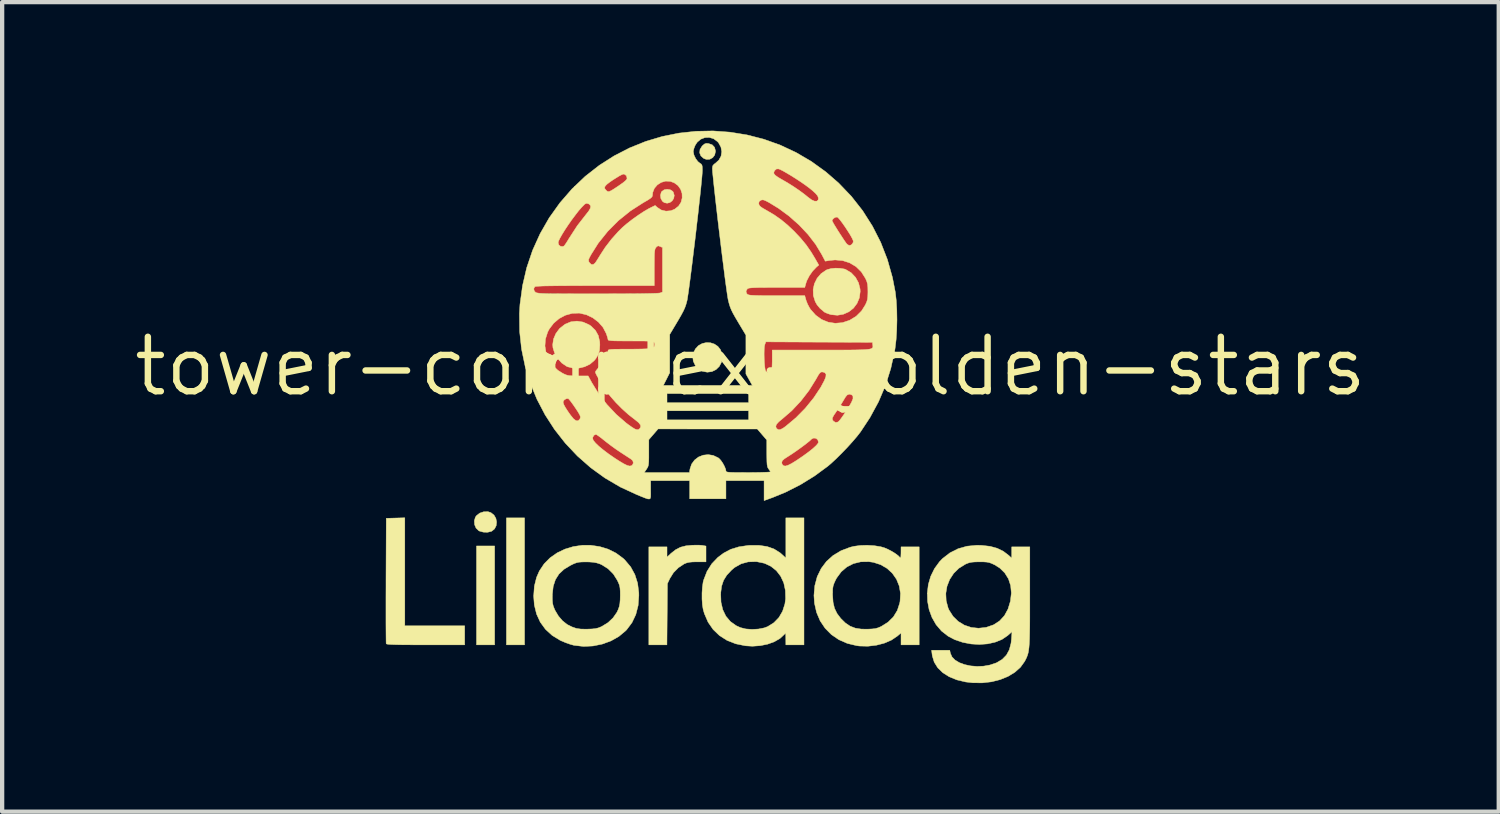
<source format=kicad_pcb>
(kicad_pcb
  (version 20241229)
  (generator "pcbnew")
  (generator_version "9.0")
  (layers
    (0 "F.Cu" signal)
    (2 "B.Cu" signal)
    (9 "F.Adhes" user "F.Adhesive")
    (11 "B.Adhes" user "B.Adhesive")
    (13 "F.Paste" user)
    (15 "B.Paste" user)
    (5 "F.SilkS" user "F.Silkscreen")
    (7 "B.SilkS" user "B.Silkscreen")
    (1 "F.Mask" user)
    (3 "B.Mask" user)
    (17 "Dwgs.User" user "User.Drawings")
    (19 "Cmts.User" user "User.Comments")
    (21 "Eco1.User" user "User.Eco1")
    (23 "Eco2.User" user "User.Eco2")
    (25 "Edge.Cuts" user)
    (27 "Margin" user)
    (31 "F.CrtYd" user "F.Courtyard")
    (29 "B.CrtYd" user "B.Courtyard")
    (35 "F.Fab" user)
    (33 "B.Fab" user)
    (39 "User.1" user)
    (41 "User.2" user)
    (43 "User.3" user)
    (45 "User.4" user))
  (footprint "tower-complex-golden-stars"
    (layer "F.Cu")
    (at 14.461 5.499)
    (property "Reference" "tower-complex-golden-stars" (at 0 0 0) (layer "F.SilkS") (effects (font (size 1.27 1.27) (thickness 0.15))))
    (attr through_hole)
    (fp_poly (pts (xy -2.928 -4.497) (xy -2.894 -4.471) (xy -2.891 -4.468) (xy -2.863 -4.425) (xy -2.861 -4.383) (xy -2.887 -4.337) (xy -2.945 -4.281) (xy -3.037 -4.212) (xy -3.059 -4.197) (xy -3.174 -4.123) (xy -3.264 -4.078) (xy -3.331 -4.062) (xy -3.379 -4.075) (xy -3.411 -4.114) (xy -3.411 -4.116) (xy -3.422 -4.16) (xy -3.409 -4.204) (xy -3.37 -4.253) (xy -3.301 -4.312) (xy -3.197 -4.385) (xy -3.189 -4.39) (xy -3.091 -4.453) (xy -3.02 -4.49) (xy -2.967 -4.504) (xy -2.928 -4.497)) (stroke (width 0.01) (type solid)) (fill yes) (layer "F.Cu"))
    (fp_poly (pts (xy 2.028 -3.501) (xy 2.072 -3.472) (xy 2.123 -3.419) (xy 2.185 -3.336) (xy 2.261 -3.221) (xy 2.316 -3.133) (xy 2.38 -3.015) (xy 2.411 -2.923) (xy 2.408 -2.857) (xy 2.372 -2.816) (xy 2.372 -2.816) (xy 2.311 -2.796) (xy 2.262 -2.812) (xy 2.224 -2.852) (xy 2.195 -2.892) (xy 2.15 -2.959) (xy 2.093 -3.042) (xy 2.033 -3.135) (xy 2.03 -3.139) (xy 1.959 -3.251) (xy 1.914 -3.335) (xy 1.893 -3.396) (xy 1.895 -3.441) (xy 1.919 -3.473) (xy 1.948 -3.493) (xy 1.988 -3.506) (xy 2.028 -3.501)) (stroke (width 0.01) (type solid)) (fill yes) (layer "F.Cu"))
    (fp_poly (pts (xy -4.247 0.735) (xy -4.236 0.74) (xy -4.208 0.766) (xy -4.166 0.819) (xy -4.115 0.889) (xy -4.061 0.968) (xy -4.01 1.047) (xy -3.969 1.117) (xy -3.943 1.168) (xy -3.937 1.188) (xy -3.955 1.233) (xy -3.999 1.272) (xy -4.052 1.291) (xy -4.059 1.291) (xy -4.11 1.277) (xy -4.137 1.257) (xy -4.172 1.215) (xy -4.221 1.149) (xy -4.274 1.071) (xy -4.324 0.992) (xy -4.363 0.926) (xy -4.369 0.914) (xy -4.39 0.855) (xy -4.392 0.805) (xy -4.391 0.802) (xy -4.358 0.758) (xy -4.303 0.734) (xy -4.247 0.735)) (stroke (width 0.01) (type solid)) (fill yes) (layer "F.Cu"))
    (fp_poly (pts (xy 2.341 0.633) (xy 2.362 0.645) (xy 2.404 0.695) (xy 2.41 0.765) (xy 2.378 0.853) (xy 2.378 0.853) (xy 2.345 0.912) (xy 2.296 0.99) (xy 2.238 1.078) (xy 2.18 1.163) (xy 2.129 1.235) (xy 2.091 1.283) (xy 2.089 1.286) (xy 2.031 1.326) (xy 1.97 1.328) (xy 1.919 1.295) (xy 1.893 1.256) (xy 1.888 1.214) (xy 1.907 1.16) (xy 1.952 1.087) (xy 1.976 1.052) (xy 2.036 0.962) (xy 2.101 0.862) (xy 2.147 0.788) (xy 2.205 0.699) (xy 2.253 0.646) (xy 2.297 0.625) (xy 2.341 0.633)) (stroke (width 0.01) (type solid)) (fill yes) (layer "F.Cu"))
    (fp_poly (pts (xy 0.671 -4.618) (xy 0.761 -4.581) (xy 0.82 -4.551) (xy 1.021 -4.434) (xy 1.224 -4.3) (xy 1.412 -4.162) (xy 1.466 -4.118) (xy 1.539 -4.055) (xy 1.583 -4.008) (xy 1.604 -3.97) (xy 1.609 -3.941) (xy 1.596 -3.871) (xy 1.56 -3.836) (xy 1.502 -3.833) (xy 1.423 -3.864) (xy 1.327 -3.929) (xy 1.299 -3.951) (xy 1.156 -4.061) (xy 0.997 -4.172) (xy 0.836 -4.273) (xy 0.69 -4.355) (xy 0.683 -4.358) (xy 0.59 -4.412) (xy 0.535 -4.462) (xy 0.515 -4.512) (xy 0.526 -4.564) (xy 0.558 -4.609) (xy 0.605 -4.627) (xy 0.671 -4.618)) (stroke (width 0.01) (type solid)) (fill yes) (layer "F.Cu"))
    (fp_poly (pts (xy 1.592 1.685) (xy 1.608 1.749) (xy 1.609 1.76) (xy 1.59 1.809) (xy 1.535 1.875) (xy 1.446 1.957) (xy 1.325 2.051) (xy 1.173 2.158) (xy 1.102 2.205) (xy 0.983 2.279) (xy 0.891 2.326) (xy 0.823 2.348) (xy 0.776 2.345) (xy 0.747 2.323) (xy 0.72 2.281) (xy 0.713 2.242) (xy 0.727 2.202) (xy 0.767 2.156) (xy 0.835 2.101) (xy 0.936 2.032) (xy 1.008 1.985) (xy 1.104 1.92) (xy 1.204 1.849) (xy 1.291 1.783) (xy 1.322 1.758) (xy 1.415 1.69) (xy 1.493 1.656) (xy 1.553 1.654) (xy 1.592 1.685)) (stroke (width 0.01) (type solid)) (fill yes) (layer "F.Cu"))
    (fp_poly (pts (xy -3.537 1.591) (xy -3.527 1.599) (xy -3.391 1.709) (xy -3.281 1.797) (xy -3.189 1.867) (xy -3.109 1.925) (xy -3.035 1.976) (xy -2.958 2.026) (xy -2.933 2.041) (xy -2.83 2.108) (xy -2.761 2.162) (xy -2.724 2.207) (xy -2.712 2.25) (xy -2.724 2.294) (xy -2.729 2.305) (xy -2.771 2.342) (xy -2.837 2.346) (xy -2.928 2.316) (xy -3.027 2.262) (xy -3.326 2.06) (xy -3.568 1.87) (xy -3.636 1.811) (xy -3.676 1.77) (xy -3.696 1.736) (xy -3.701 1.702) (xy -3.7 1.676) (xy -3.688 1.619) (xy -3.659 1.589) (xy -3.635 1.578) (xy -3.583 1.57) (xy -3.537 1.591)) (stroke (width 0.01) (type solid)) (fill yes) (layer "F.Cu"))
    (fp_poly (pts (xy -3.779 -3.821) (xy -3.735 -3.788) (xy -3.711 -3.736) (xy -3.709 -3.677) (xy -3.736 -3.621) (xy -3.749 -3.607) (xy -3.801 -3.553) (xy -3.869 -3.471) (xy -3.947 -3.369) (xy -4.029 -3.256) (xy -4.11 -3.14) (xy -4.182 -3.028) (xy -4.198 -3.001) (xy -4.256 -2.907) (xy -4.299 -2.844) (xy -4.331 -2.806) (xy -4.36 -2.786) (xy -4.389 -2.778) (xy -4.393 -2.777) (xy -4.447 -2.781) (xy -4.482 -2.797) (xy -4.503 -2.838) (xy -4.508 -2.878) (xy -4.496 -2.932) (xy -4.46 -3.01) (xy -4.406 -3.108) (xy -4.338 -3.218) (xy -4.26 -3.335) (xy -4.177 -3.451) (xy -4.093 -3.562) (xy -4.012 -3.661) (xy -3.94 -3.742) (xy -3.88 -3.798) (xy -3.836 -3.824) (xy -3.779 -3.821)) (stroke (width 0.01) (type solid)) (fill yes) (layer "F.Cu"))
    (fp_poly (pts (xy 1.749 0.134) (xy 1.769 0.158) (xy 1.786 0.189) (xy 1.79 0.219) (xy 1.778 0.26) (xy 1.75 0.326) (xy 1.747 0.332) (xy 1.657 0.501) (xy 1.538 0.682) (xy 1.398 0.867) (xy 1.243 1.046) (xy 1.081 1.212) (xy 0.92 1.355) (xy 0.881 1.385) (xy 0.781 1.455) (xy 0.703 1.494) (xy 0.644 1.502) (xy 0.6 1.48) (xy 0.597 1.477) (xy 0.577 1.435) (xy 0.573 1.376) (xy 0.585 1.327) (xy 0.588 1.323) (xy 0.613 1.298) (xy 0.659 1.26) (xy 0.683 1.242) (xy 0.907 1.056) (xy 1.116 0.842) (xy 1.303 0.612) (xy 1.46 0.373) (xy 1.52 0.262) (xy 1.558 0.194) (xy 1.594 0.143) (xy 1.62 0.119) (xy 1.693 0.107) (xy 1.749 0.134)) (stroke (width 0.01) (type solid)) (fill yes) (layer "F.Cu"))
    (fp_poly (pts (xy 1.754 -0.595) (xy 1.951 -0.594) (xy 2.14 -0.592) (xy 2.317 -0.59) (xy 2.476 -0.587) (xy 2.613 -0.584) (xy 2.723 -0.58) (xy 2.803 -0.575) (xy 2.846 -0.57) (xy 2.853 -0.567) (xy 2.877 -0.517) (xy 2.873 -0.456) (xy 2.844 -0.404) (xy 2.832 -0.393) (xy 2.817 -0.385) (xy 2.794 -0.379) (xy 2.758 -0.374) (xy 2.707 -0.37) (xy 2.638 -0.367) (xy 2.545 -0.364) (xy 2.427 -0.362) (xy 2.281 -0.361) (xy 2.101 -0.36) (xy 1.886 -0.36) (xy 1.657 -0.36) (xy 0.529 -0.36) (xy 0.529 -0.129) (xy 0.528 -0.019) (xy 0.523 0.056) (xy 0.514 0.103) (xy 0.5 0.132) (xy 0.496 0.136) (xy 0.439 0.166) (xy 0.373 0.156) (xy 0.355 0.146) (xy 0.34 0.134) (xy 0.33 0.112) (xy 0.324 0.073) (xy 0.32 0.011) (xy 0.318 -0.08) (xy 0.318 -0.208) (xy 0.318 -0.208) (xy 0.319 -0.355) (xy 0.323 -0.462) (xy 0.331 -0.531) (xy 0.341 -0.565) (xy 0.343 -0.567) (xy 0.369 -0.573) (xy 0.433 -0.578) (xy 0.531 -0.582) (xy 0.656 -0.586) (xy 0.806 -0.589) (xy 0.975 -0.591) (xy 1.159 -0.593) (xy 1.353 -0.594) (xy 1.553 -0.595) (xy 1.754 -0.595)) (stroke (width 0.01) (type solid)) (fill yes) (layer "F.Cu"))
    (fp_poly (pts (xy -2.092 -2.818) (xy -2.073 -2.804) (xy -2.06 -2.79) (xy -2.05 -2.771) (xy -2.043 -2.741) (xy -2.038 -2.696) (xy -2.035 -2.629) (xy -2.033 -2.536) (xy -2.032 -2.412) (xy -2.032 -2.255) (xy -2.033 -2.078) (xy -2.035 -1.939) (xy -2.039 -1.837) (xy -2.044 -1.768) (xy -2.052 -1.729) (xy -2.057 -1.719) (xy -2.083 -1.714) (xy -2.147 -1.709) (xy -2.245 -1.705) (xy -2.373 -1.701) (xy -2.527 -1.698) (xy -2.701 -1.696) (xy -2.893 -1.694) (xy -3.098 -1.692) (xy -3.312 -1.692) (xy -3.531 -1.691) (xy -3.75 -1.691) (xy -3.965 -1.692) (xy -4.173 -1.693) (xy -4.368 -1.695) (xy -4.547 -1.698) (xy -4.706 -1.701) (xy -4.84 -1.704) (xy -4.945 -1.708) (xy -5.017 -1.712) (xy -5.052 -1.718) (xy -5.055 -1.719) (xy -5.078 -1.77) (xy -5.07 -1.836) (xy -5.058 -1.864) (xy -5.053 -1.872) (xy -5.044 -1.879) (xy -5.028 -1.885) (xy -5.002 -1.89) (xy -4.964 -1.894) (xy -4.91 -1.897) (xy -4.837 -1.9) (xy -4.742 -1.902) (xy -4.621 -1.903) (xy -4.473 -1.904) (xy -4.294 -1.905) (xy -4.08 -1.905) (xy -3.829 -1.905) (xy -3.651 -1.905) (xy -2.265 -1.905) (xy -2.265 -2.306) (xy -2.264 -2.435) (xy -2.261 -2.553) (xy -2.256 -2.652) (xy -2.251 -2.724) (xy -2.244 -2.76) (xy -2.206 -2.81) (xy -2.151 -2.831) (xy -2.092 -2.818)) (stroke (width 0.01) (type solid)) (fill yes) (layer "F.Cu"))
    (fp_poly (pts (xy -1.926 -4.335) (xy -1.8 -4.315) (xy -1.705 -4.269) (xy -1.635 -4.193) (xy -1.607 -4.14) (xy -1.57 -4.015) (xy -1.575 -3.895) (xy -1.619 -3.784) (xy -1.7 -3.689) (xy -1.802 -3.626) (xy -1.917 -3.6) (xy -2.035 -3.613) (xy -2.151 -3.665) (xy -2.158 -3.669) (xy -2.236 -3.721) (xy -2.385 -3.643) (xy -2.627 -3.495) (xy -2.866 -3.311) (xy -3.087 -3.101) (xy -3.163 -3.021) (xy -3.228 -2.947) (xy -3.289 -2.873) (xy -3.35 -2.789) (xy -3.418 -2.69) (xy -3.498 -2.567) (xy -3.563 -2.466) (xy -3.621 -2.391) (xy -3.675 -2.356) (xy -3.727 -2.361) (xy -3.766 -2.391) (xy -3.798 -2.431) (xy -3.81 -2.461) (xy -3.799 -2.495) (xy -3.769 -2.555) (xy -3.726 -2.635) (xy -3.673 -2.725) (xy -3.615 -2.818) (xy -3.558 -2.906) (xy -3.53 -2.946) (xy -3.383 -3.13) (xy -3.211 -3.314) (xy -3.02 -3.488) (xy -2.82 -3.647) (xy -2.62 -3.783) (xy -2.427 -3.889) (xy -2.397 -3.903) (xy -2.341 -3.931) (xy -2.323 -3.951) (xy -2.084 -3.951) (xy -2.081 -3.943) (xy -2.04 -3.875) (xy -1.98 -3.838) (xy -1.913 -3.834) (xy -1.848 -3.867) (xy -1.84 -3.875) (xy -1.806 -3.936) (xy -1.807 -4.004) (xy -1.841 -4.068) (xy -1.867 -4.091) (xy -1.913 -4.119) (xy -1.953 -4.119) (xy -1.986 -4.108) (xy -2.043 -4.068) (xy -2.079 -4.011) (xy -2.084 -3.951) (xy -2.323 -3.951) (xy -2.315 -3.959) (xy -2.307 -4.001) (xy -2.307 -4.022) (xy -2.287 -4.115) (xy -2.232 -4.206) (xy -2.149 -4.285) (xy -2.137 -4.293) (xy -2.089 -4.321) (xy -2.039 -4.335) (xy -1.972 -4.337) (xy -1.926 -4.335)) (stroke (width 0.01) (type solid)) (fill yes) (layer "F.Cu"))
    (fp_poly (pts (xy -3.862 -1.239) (xy -3.7 -1.176) (xy -3.553 -1.079) (xy -3.542 -1.07) (xy -3.475 -0.998) (xy -3.409 -0.9) (xy -3.352 -0.794) (xy -3.316 -0.697) (xy -3.313 -0.683) (xy -3.299 -0.614) (xy -2.266 -0.614) (xy -2.233 -0.564) (xy -2.214 -0.505) (xy -2.225 -0.445) (xy -2.262 -0.401) (xy -2.276 -0.394) (xy -2.306 -0.391) (xy -2.372 -0.387) (xy -2.468 -0.384) (xy -2.587 -0.382) (xy -2.723 -0.381) (xy -2.806 -0.381) (xy -2.968 -0.38) (xy -3.102 -0.378) (xy -3.204 -0.374) (xy -3.272 -0.369) (xy -3.301 -0.362) (xy -3.302 -0.361) (xy -3.315 -0.299) (xy -3.348 -0.218) (xy -3.396 -0.128) (xy -3.452 -0.044) (xy -3.495 0.009) (xy -3.6 0.125) (xy -3.543 0.237) (xy -3.419 0.454) (xy -3.267 0.662) (xy -3.085 0.866) (xy -2.869 1.07) (xy -2.617 1.276) (xy -2.562 1.329) (xy -2.541 1.38) (xy -2.54 1.394) (xy -2.553 1.462) (xy -2.59 1.497) (xy -2.651 1.498) (xy -2.733 1.466) (xy -2.837 1.4) (xy -2.843 1.396) (xy -3.08 1.2) (xy -3.304 0.974) (xy -3.507 0.728) (xy -3.68 0.472) (xy -3.712 0.416) (xy -3.809 0.246) (xy -4.037 0.245) (xy -4.18 0.239) (xy -4.293 0.221) (xy -4.388 0.187) (xy -4.477 0.131) (xy -4.572 0.05) (xy -4.58 0.043) (xy -4.694 -0.088) (xy -4.768 -0.229) (xy -4.806 -0.387) (xy -4.812 -0.497) (xy -4.807 -0.564) (xy -4.585 -0.564) (xy -4.584 -0.451) (xy -4.555 -0.33) (xy -4.503 -0.218) (xy -4.467 -0.166) (xy -4.369 -0.078) (xy -4.248 -0.016) (xy -4.114 0.017) (xy -3.979 0.019) (xy -3.858 -0.011) (xy -3.736 -0.079) (xy -3.642 -0.173) (xy -3.589 -0.256) (xy -3.538 -0.39) (xy -3.525 -0.525) (xy -3.548 -0.656) (xy -3.602 -0.776) (xy -3.685 -0.88) (xy -3.794 -0.962) (xy -3.925 -1.015) (xy -4.014 -1.031) (xy -4.149 -1.025) (xy -4.278 -0.982) (xy -4.392 -0.907) (xy -4.486 -0.807) (xy -4.554 -0.685) (xy -4.585 -0.564) (xy -4.807 -0.564) (xy -4.799 -0.666) (xy -4.756 -0.81) (xy -4.681 -0.938) (xy -4.606 -1.025) (xy -4.496 -1.124) (xy -4.383 -1.192) (xy -4.254 -1.238) (xy -4.196 -1.251) (xy -4.03 -1.265) (xy -3.862 -1.239)) (stroke (width 0.01) (type solid)) (fill yes) (layer "F.Cu"))
    (fp_poly (pts (xy 0.303 -3.907) (xy 0.359 -3.883) (xy 0.428 -3.85) (xy 0.429 -3.85) (xy 0.674 -3.707) (xy 0.915 -3.528) (xy 1.145 -3.322) (xy 1.357 -3.094) (xy 1.544 -2.852) (xy 1.683 -2.629) (xy 1.725 -2.554) (xy 1.755 -2.51) (xy 1.779 -2.49) (xy 1.805 -2.486) (xy 1.831 -2.491) (xy 1.886 -2.498) (xy 1.965 -2.502) (xy 2.032 -2.503) (xy 2.207 -2.481) (xy 2.366 -2.421) (xy 2.506 -2.325) (xy 2.623 -2.196) (xy 2.693 -2.079) (xy 2.727 -2.005) (xy 2.748 -1.944) (xy 2.758 -1.881) (xy 2.762 -1.799) (xy 2.762 -1.746) (xy 2.761 -1.649) (xy 2.754 -1.578) (xy 2.739 -1.518) (xy 2.712 -1.453) (xy 2.693 -1.414) (xy 2.597 -1.264) (xy 2.474 -1.144) (xy 2.329 -1.055) (xy 2.167 -1.001) (xy 1.995 -0.985) (xy 1.881 -0.995) (xy 1.714 -1.044) (xy 1.564 -1.129) (xy 1.438 -1.244) (xy 1.34 -1.387) (xy 1.281 -1.53) (xy 1.255 -1.619) (xy 0.596 -1.625) (xy -0.063 -1.63) (xy -0.099 -1.685) (xy -0.122 -1.729) (xy -0.121 -1.746) (xy 1.493 -1.746) (xy 1.498 -1.629) (xy 1.518 -1.539) (xy 1.557 -1.464) (xy 1.621 -1.388) (xy 1.631 -1.377) (xy 1.749 -1.287) (xy 1.88 -1.233) (xy 2.019 -1.215) (xy 2.157 -1.235) (xy 2.243 -1.269) (xy 2.308 -1.311) (xy 2.375 -1.365) (xy 2.389 -1.379) (xy 2.457 -1.455) (xy 2.499 -1.527) (xy 2.521 -1.609) (xy 2.529 -1.715) (xy 2.529 -1.746) (xy 2.524 -1.86) (xy 2.506 -1.946) (xy 2.469 -2.019) (xy 2.409 -2.093) (xy 2.389 -2.113) (xy 2.28 -2.203) (xy 2.162 -2.254) (xy 2.024 -2.272) (xy 2.011 -2.272) (xy 1.868 -2.256) (xy 1.744 -2.205) (xy 1.632 -2.115) (xy 1.564 -2.039) (xy 1.522 -1.964) (xy 1.5 -1.877) (xy 1.493 -1.765) (xy 1.493 -1.746) (xy -0.121 -1.746) (xy -0.119 -1.765) (xy -0.104 -1.796) (xy -0.072 -1.852) (xy 0.591 -1.863) (xy 1.255 -1.873) (xy 1.28 -1.958) (xy 1.333 -2.093) (xy 1.409 -2.212) (xy 1.466 -2.279) (xy 1.552 -2.372) (xy 1.515 -2.451) (xy 1.413 -2.632) (xy 1.279 -2.821) (xy 1.12 -3.01) (xy 0.942 -3.191) (xy 0.752 -3.358) (xy 0.558 -3.504) (xy 0.391 -3.608) (xy 0.294 -3.663) (xy 0.229 -3.705) (xy 0.191 -3.74) (xy 0.173 -3.772) (xy 0.169 -3.799) (xy 0.185 -3.849) (xy 0.222 -3.893) (xy 0.266 -3.915) (xy 0.272 -3.916) (xy 0.303 -3.907)) (stroke (width 0.01) (type solid)) (fill yes) (layer "F.Cu"))
    (fp_poly (pts (xy -2.916 -4.49) (xy -2.877 -4.446) (xy -2.86 -4.391) (xy -2.861 -4.38) (xy -2.882 -4.347) (xy -2.93 -4.3) (xy -2.999 -4.245) (xy -3.077 -4.188) (xy -3.158 -4.136) (xy -3.232 -4.094) (xy -3.289 -4.069) (xy -3.313 -4.064) (xy -3.368 -4.083) (xy -3.398 -4.115) (xy -3.42 -4.163) (xy -3.411 -4.206) (xy -3.408 -4.212) (xy -3.38 -4.243) (xy -3.325 -4.288) (xy -3.253 -4.341) (xy -3.173 -4.395) (xy -3.094 -4.445) (xy -3.026 -4.484) (xy -2.978 -4.506) (xy -2.964 -4.508) (xy -2.916 -4.49)) (stroke (width 0.01) (type solid)) (fill yes) (layer "F.Mask"))
    (fp_poly (pts (xy -4.236 0.751) (xy -4.188 0.798) (xy -4.128 0.875) (xy -4.071 0.957) (xy -4.012 1.047) (xy -3.973 1.109) (xy -3.951 1.151) (xy -3.945 1.181) (xy -3.95 1.205) (xy -3.96 1.225) (xy -4.007 1.274) (xy -4.066 1.286) (xy -4.125 1.26) (xy -4.142 1.245) (xy -4.174 1.205) (xy -4.217 1.144) (xy -4.267 1.071) (xy -4.316 0.995) (xy -4.359 0.926) (xy -4.39 0.873) (xy -4.403 0.844) (xy -4.403 0.843) (xy -4.389 0.816) (xy -4.356 0.777) (xy -4.352 0.773) (xy -4.313 0.742) (xy -4.276 0.734) (xy -4.236 0.751)) (stroke (width 0.01) (type solid)) (fill yes) (layer "F.Mask"))
    (fp_poly (pts (xy 2.044 -3.5) (xy 2.07 -3.477) (xy 2.112 -3.428) (xy 2.161 -3.361) (xy 2.181 -3.332) (xy 2.272 -3.194) (xy 2.339 -3.086) (xy 2.383 -3.002) (xy 2.407 -2.939) (xy 2.41 -2.891) (xy 2.396 -2.856) (xy 2.366 -2.827) (xy 2.319 -2.799) (xy 2.285 -2.802) (xy 2.246 -2.836) (xy 2.241 -2.842) (xy 2.215 -2.875) (xy 2.174 -2.933) (xy 2.122 -3.009) (xy 2.066 -3.093) (xy 2.01 -3.18) (xy 1.959 -3.261) (xy 1.917 -3.328) (xy 1.891 -3.374) (xy 1.884 -3.39) (xy 1.902 -3.445) (xy 1.948 -3.487) (xy 2.007 -3.505) (xy 2.044 -3.5)) (stroke (width 0.01) (type solid)) (fill yes) (layer "F.Mask"))
    (fp_poly (pts (xy 2.374 0.65) (xy 2.388 0.66) (xy 2.409 0.698) (xy 2.407 0.751) (xy 2.382 0.824) (xy 2.332 0.921) (xy 2.286 0.997) (xy 2.194 1.139) (xy 2.118 1.241) (xy 2.057 1.306) (xy 2.01 1.333) (xy 2.002 1.333) (xy 1.963 1.319) (xy 1.926 1.291) (xy 1.895 1.252) (xy 1.884 1.224) (xy 1.895 1.198) (xy 1.925 1.144) (xy 1.969 1.069) (xy 2.024 0.982) (xy 2.035 0.965) (xy 2.094 0.873) (xy 2.147 0.79) (xy 2.189 0.724) (xy 2.214 0.685) (xy 2.215 0.683) (xy 2.259 0.646) (xy 2.319 0.635) (xy 2.374 0.65)) (stroke (width 0.01) (type solid)) (fill yes) (layer "F.Mask"))
    (fp_poly (pts (xy 1.557 1.67) (xy 1.597 1.717) (xy 1.609 1.767) (xy 1.59 1.81) (xy 1.537 1.871) (xy 1.452 1.947) (xy 1.338 2.037) (xy 1.196 2.138) (xy 1.031 2.248) (xy 0.927 2.314) (xy 0.855 2.344) (xy 0.789 2.346) (xy 0.745 2.324) (xy 0.726 2.285) (xy 0.72 2.24) (xy 0.724 2.212) (xy 0.74 2.185) (xy 0.774 2.152) (xy 0.831 2.11) (xy 0.918 2.052) (xy 0.936 2.041) (xy 1.04 1.971) (xy 1.15 1.893) (xy 1.249 1.819) (xy 1.304 1.776) (xy 1.376 1.721) (xy 1.44 1.678) (xy 1.486 1.654) (xy 1.5 1.651) (xy 1.557 1.67)) (stroke (width 0.01) (type solid)) (fill yes) (layer "F.Mask"))
    (fp_poly (pts (xy -3.568 1.584) (xy -3.526 1.609) (xy -3.467 1.654) (xy -3.384 1.721) (xy -3.346 1.753) (xy -3.25 1.828) (xy -3.134 1.913) (xy -3.016 1.993) (xy -2.949 2.035) (xy -2.84 2.105) (xy -2.766 2.161) (xy -2.724 2.207) (xy -2.712 2.248) (xy -2.725 2.286) (xy -2.742 2.308) (xy -2.781 2.338) (xy -2.827 2.346) (xy -2.889 2.329) (xy -2.973 2.287) (xy -3.018 2.261) (xy -3.165 2.167) (xy -3.325 2.055) (xy -3.478 1.938) (xy -3.593 1.843) (xy -3.668 1.766) (xy -3.703 1.701) (xy -3.699 1.645) (xy -3.655 1.599) (xy -3.653 1.597) (xy -3.625 1.581) (xy -3.599 1.576) (xy -3.568 1.584)) (stroke (width 0.01) (type solid)) (fill yes) (layer "F.Mask"))
    (fp_poly (pts (xy 0.641 -4.623) (xy 0.715 -4.597) (xy 0.812 -4.551) (xy 0.926 -4.487) (xy 1.052 -4.411) (xy 1.184 -4.323) (xy 1.317 -4.228) (xy 1.445 -4.129) (xy 1.524 -4.063) (xy 1.573 -4.015) (xy 1.6 -3.978) (xy 1.609 -3.945) (xy 1.609 -3.94) (xy 1.6 -3.887) (xy 1.583 -3.857) (xy 1.543 -3.833) (xy 1.49 -3.837) (xy 1.421 -3.869) (xy 1.331 -3.931) (xy 1.281 -3.971) (xy 1.137 -4.08) (xy 0.974 -4.193) (xy 0.807 -4.297) (xy 0.652 -4.383) (xy 0.642 -4.388) (xy 0.581 -4.425) (xy 0.538 -4.461) (xy 0.524 -4.482) (xy 0.525 -4.546) (xy 0.555 -4.6) (xy 0.594 -4.625) (xy 0.641 -4.623)) (stroke (width 0.01) (type solid)) (fill yes) (layer "F.Mask"))
    (fp_poly (pts (xy -3.791 -3.823) (xy -3.754 -3.8) (xy -3.751 -3.798) (xy -3.714 -3.759) (xy -3.707 -3.71) (xy -3.732 -3.648) (xy -3.79 -3.568) (xy -3.822 -3.531) (xy -3.879 -3.461) (xy -3.951 -3.366) (xy -4.031 -3.253) (xy -4.114 -3.134) (xy -4.191 -3.018) (xy -4.257 -2.914) (xy -4.301 -2.839) (xy -4.348 -2.787) (xy -4.405 -2.772) (xy -4.463 -2.795) (xy -4.475 -2.806) (xy -4.503 -2.852) (xy -4.508 -2.882) (xy -4.496 -2.93) (xy -4.461 -3.004) (xy -4.407 -3.098) (xy -4.34 -3.206) (xy -4.263 -3.32) (xy -4.182 -3.435) (xy -4.099 -3.545) (xy -4.021 -3.643) (xy -3.95 -3.722) (xy -3.908 -3.763) (xy -3.855 -3.807) (xy -3.82 -3.826) (xy -3.791 -3.823)) (stroke (width 0.01) (type solid)) (fill yes) (layer "F.Mask"))
    (fp_poly (pts (xy 1.71 0.114) (xy 1.754 0.142) (xy 1.777 0.197) (xy 1.778 0.216) (xy 1.765 0.272) (xy 1.73 0.354) (xy 1.676 0.457) (xy 1.607 0.574) (xy 1.525 0.698) (xy 1.464 0.783) (xy 1.386 0.883) (xy 1.293 0.989) (xy 1.191 1.096) (xy 1.086 1.2) (xy 0.981 1.295) (xy 0.884 1.378) (xy 0.797 1.444) (xy 0.728 1.487) (xy 0.681 1.502) (xy 0.68 1.502) (xy 0.633 1.491) (xy 0.609 1.48) (xy 0.574 1.439) (xy 0.572 1.384) (xy 0.601 1.324) (xy 0.648 1.276) (xy 0.83 1.128) (xy 0.998 0.973) (xy 1.141 0.823) (xy 1.173 0.786) (xy 1.251 0.687) (xy 1.333 0.574) (xy 1.412 0.458) (xy 1.482 0.347) (xy 1.537 0.252) (xy 1.565 0.193) (xy 1.604 0.138) (xy 1.656 0.112) (xy 1.71 0.114)) (stroke (width 0.01) (type solid)) (fill yes) (layer "F.Mask"))
    (fp_poly (pts (xy 1.754 -0.595) (xy 1.951 -0.594) (xy 2.14 -0.592) (xy 2.317 -0.59) (xy 2.476 -0.587) (xy 2.613 -0.584) (xy 2.723 -0.58) (xy 2.803 -0.575) (xy 2.846 -0.57) (xy 2.853 -0.567) (xy 2.873 -0.528) (xy 2.879 -0.487) (xy 2.869 -0.435) (xy 2.853 -0.406) (xy 2.837 -0.401) (xy 2.797 -0.396) (xy 2.733 -0.391) (xy 2.642 -0.388) (xy 2.521 -0.385) (xy 2.367 -0.383) (xy 2.179 -0.382) (xy 1.954 -0.381) (xy 1.688 -0.381) (xy 0.529 -0.381) (xy 0.529 -0.139) (xy 0.529 -0.034) (xy 0.526 0.038) (xy 0.52 0.083) (xy 0.509 0.111) (xy 0.492 0.129) (xy 0.482 0.136) (xy 0.428 0.165) (xy 0.387 0.16) (xy 0.353 0.131) (xy 0.339 0.109) (xy 0.329 0.075) (xy 0.323 0.022) (xy 0.319 -0.056) (xy 0.318 -0.167) (xy 0.318 -0.225) (xy 0.319 -0.369) (xy 0.324 -0.472) (xy 0.332 -0.538) (xy 0.343 -0.567) (xy 0.369 -0.573) (xy 0.433 -0.578) (xy 0.531 -0.582) (xy 0.656 -0.586) (xy 0.806 -0.589) (xy 0.975 -0.591) (xy 1.159 -0.593) (xy 1.353 -0.594) (xy 1.553 -0.595) (xy 1.754 -0.595)) (stroke (width 0.01) (type solid)) (fill yes) (layer "F.Mask"))
    (fp_poly (pts (xy -2.092 -2.811) (xy -2.083 -2.806) (xy -2.032 -2.772) (xy -2.032 -2.258) (xy -2.033 -2.08) (xy -2.035 -1.941) (xy -2.039 -1.839) (xy -2.044 -1.769) (xy -2.052 -1.73) (xy -2.057 -1.719) (xy -2.073 -1.714) (xy -2.11 -1.709) (xy -2.17 -1.705) (xy -2.257 -1.702) (xy -2.372 -1.699) (xy -2.516 -1.697) (xy -2.694 -1.696) (xy -2.906 -1.694) (xy -3.156 -1.694) (xy -3.444 -1.693) (xy -3.559 -1.693) (xy -3.845 -1.693) (xy -4.092 -1.694) (xy -4.302 -1.694) (xy -4.478 -1.694) (xy -4.624 -1.695) (xy -4.743 -1.697) (xy -4.837 -1.699) (xy -4.909 -1.701) (xy -4.963 -1.704) (xy -5.001 -1.708) (xy -5.027 -1.713) (xy -5.043 -1.719) (xy -5.052 -1.726) (xy -5.058 -1.734) (xy -5.058 -1.734) (xy -5.079 -1.801) (xy -5.06 -1.856) (xy -5.047 -1.872) (xy -5.036 -1.878) (xy -5.018 -1.884) (xy -4.989 -1.889) (xy -4.945 -1.893) (xy -4.884 -1.896) (xy -4.803 -1.899) (xy -4.699 -1.901) (xy -4.568 -1.903) (xy -4.408 -1.904) (xy -4.216 -1.904) (xy -3.988 -1.905) (xy -3.722 -1.905) (xy -3.639 -1.905) (xy -2.265 -1.905) (xy -2.265 -2.295) (xy -2.264 -2.423) (xy -2.261 -2.539) (xy -2.256 -2.636) (xy -2.251 -2.706) (xy -2.245 -2.738) (xy -2.206 -2.799) (xy -2.152 -2.824) (xy -2.092 -2.811)) (stroke (width 0.01) (type solid)) (fill yes) (layer "F.Mask"))
    (fp_poly (pts (xy -1.818 -4.32) (xy -1.718 -4.269) (xy -1.641 -4.191) (xy -1.591 -4.095) (xy -1.571 -3.986) (xy -1.587 -3.873) (xy -1.613 -3.81) (xy -1.683 -3.713) (xy -1.775 -3.644) (xy -1.879 -3.607) (xy -1.988 -3.603) (xy -2.093 -3.633) (xy -2.161 -3.678) (xy -2.228 -3.734) (xy -2.367 -3.661) (xy -2.641 -3.493) (xy -2.901 -3.291) (xy -3.138 -3.058) (xy -3.348 -2.802) (xy -3.492 -2.583) (xy -3.564 -2.469) (xy -3.622 -2.393) (xy -3.665 -2.355) (xy -3.687 -2.352) (xy -3.71 -2.359) (xy -3.728 -2.364) (xy -3.762 -2.388) (xy -3.785 -2.424) (xy -3.795 -2.456) (xy -3.79 -2.493) (xy -3.77 -2.546) (xy -3.733 -2.619) (xy -3.572 -2.882) (xy -3.375 -3.134) (xy -3.147 -3.371) (xy -2.893 -3.587) (xy -2.62 -3.776) (xy -2.431 -3.883) (xy -2.366 -3.919) (xy -2.329 -3.949) (xy -2.324 -3.958) (xy -2.085 -3.958) (xy -2.06 -3.901) (xy -2.015 -3.857) (xy -1.958 -3.832) (xy -1.895 -3.834) (xy -1.838 -3.866) (xy -1.809 -3.915) (xy -1.799 -3.97) (xy -1.817 -4.04) (xy -1.862 -4.09) (xy -1.923 -4.116) (xy -1.989 -4.113) (xy -2.046 -4.078) (xy -2.083 -4.019) (xy -2.085 -3.958) (xy -2.324 -3.958) (xy -2.311 -3.983) (xy -2.302 -4.033) (xy -2.301 -4.036) (xy -2.269 -4.146) (xy -2.204 -4.236) (xy -2.111 -4.301) (xy -1.997 -4.335) (xy -1.936 -4.339) (xy -1.818 -4.32)) (stroke (width 0.01) (type solid)) (fill yes) (layer "F.Mask"))
    (fp_poly (pts (xy -3.98 -1.261) (xy -3.812 -1.221) (xy -3.658 -1.145) (xy -3.523 -1.037) (xy -3.414 -0.903) (xy -3.336 -0.748) (xy -3.322 -0.704) (xy -3.295 -0.614) (xy -2.784 -0.614) (xy -2.616 -0.614) (xy -2.485 -0.612) (xy -2.387 -0.609) (xy -2.317 -0.602) (xy -2.27 -0.592) (xy -2.242 -0.577) (xy -2.228 -0.556) (xy -2.223 -0.529) (xy -2.223 -0.505) (xy -2.225 -0.468) (xy -2.236 -0.44) (xy -2.259 -0.418) (xy -2.3 -0.403) (xy -2.363 -0.392) (xy -2.453 -0.386) (xy -2.574 -0.382) (xy -2.73 -0.381) (xy -2.809 -0.381) (xy -3.301 -0.381) (xy -3.315 -0.323) (xy -3.352 -0.221) (xy -3.412 -0.11) (xy -3.485 -0.004) (xy -3.519 0.035) (xy -3.607 0.131) (xy -3.555 0.229) (xy -3.423 0.45) (xy -3.259 0.672) (xy -3.074 0.884) (xy -2.876 1.075) (xy -2.704 1.215) (xy -2.626 1.274) (xy -2.577 1.317) (xy -2.551 1.351) (xy -2.541 1.383) (xy -2.54 1.397) (xy -2.558 1.458) (xy -2.607 1.495) (xy -2.652 1.503) (xy -2.682 1.491) (xy -2.736 1.46) (xy -2.805 1.416) (xy -2.838 1.393) (xy -3.01 1.258) (xy -3.186 1.092) (xy -3.357 0.905) (xy -3.515 0.708) (xy -3.651 0.509) (xy -3.744 0.345) (xy -3.779 0.276) (xy -3.803 0.239) (xy -3.826 0.226) (xy -3.854 0.229) (xy -3.875 0.236) (xy -3.928 0.246) (xy -4.007 0.251) (xy -4.096 0.25) (xy -4.103 0.249) (xy -4.279 0.219) (xy -4.437 0.151) (xy -4.577 0.045) (xy -4.621 0.000231) (xy -4.72 -0.14) (xy -4.784 -0.294) (xy -4.811 -0.455) (xy -4.808 -0.549) (xy -4.588 -0.549) (xy -4.587 -0.455) (xy -4.553 -0.31) (xy -4.487 -0.186) (xy -4.395 -0.088) (xy -4.281 -0.018) (xy -4.153 0.021) (xy -4.016 0.026) (xy -3.875 -0.006) (xy -3.8 -0.04) (xy -3.684 -0.124) (xy -3.597 -0.233) (xy -3.542 -0.359) (xy -3.522 -0.496) (xy -3.539 -0.636) (xy -3.579 -0.744) (xy -3.634 -0.823) (xy -3.712 -0.901) (xy -3.8 -0.968) (xy -3.884 -1.01) (xy -3.891 -1.012) (xy -4.034 -1.036) (xy -4.172 -1.022) (xy -4.299 -0.976) (xy -4.41 -0.901) (xy -4.498 -0.802) (xy -4.56 -0.683) (xy -4.588 -0.549) (xy -4.808 -0.549) (xy -4.805 -0.618) (xy -4.764 -0.775) (xy -4.69 -0.921) (xy -4.584 -1.049) (xy -4.48 -1.133) (xy -4.345 -1.203) (xy -4.194 -1.248) (xy -4.045 -1.265) (xy -3.98 -1.261)) (stroke (width 0.01) (type solid)) (fill yes) (layer "F.Mask"))
    (fp_poly (pts (xy 0.315 -3.902) (xy 0.368 -3.879) (xy 0.437 -3.843) (xy 0.7 -3.687) (xy 0.954 -3.495) (xy 1.192 -3.273) (xy 1.407 -3.029) (xy 1.594 -2.768) (xy 1.662 -2.655) (xy 1.756 -2.49) (xy 1.994 -2.489) (xy 2.1 -2.487) (xy 2.174 -2.483) (xy 2.23 -2.475) (xy 2.279 -2.459) (xy 2.331 -2.433) (xy 2.367 -2.414) (xy 2.512 -2.315) (xy 2.627 -2.189) (xy 2.706 -2.053) (xy 2.746 -1.933) (xy 2.764 -1.793) (xy 2.761 -1.649) (xy 2.737 -1.516) (xy 2.714 -1.452) (xy 2.621 -1.295) (xy 2.501 -1.168) (xy 2.358 -1.073) (xy 2.198 -1.012) (xy 2.026 -0.989) (xy 1.886 -0.999) (xy 1.763 -1.032) (xy 1.635 -1.092) (xy 1.52 -1.167) (xy 1.446 -1.237) (xy 1.388 -1.313) (xy 1.336 -1.401) (xy 1.295 -1.487) (xy 1.273 -1.559) (xy 1.27 -1.582) (xy 1.27 -1.63) (xy 0.614 -1.63) (xy 0.43 -1.63) (xy 0.283 -1.63) (xy 0.169 -1.632) (xy 0.084 -1.634) (xy 0.022 -1.637) (xy -0.02 -1.642) (xy -0.049 -1.649) (xy -0.068 -1.658) (xy -0.082 -1.67) (xy -0.085 -1.672) (xy -0.116 -1.714) (xy -0.118 -1.721) (xy 1.481 -1.721) (xy 1.504 -1.587) (xy 1.559 -1.463) (xy 1.643 -1.358) (xy 1.752 -1.277) (xy 1.841 -1.239) (xy 1.956 -1.213) (xy 2.059 -1.213) (xy 2.171 -1.238) (xy 2.299 -1.296) (xy 2.401 -1.381) (xy 2.476 -1.488) (xy 2.523 -1.609) (xy 2.54 -1.738) (xy 2.527 -1.868) (xy 2.483 -1.993) (xy 2.406 -2.105) (xy 2.335 -2.169) (xy 2.208 -2.242) (xy 2.073 -2.277) (xy 1.936 -2.275) (xy 1.805 -2.238) (xy 1.686 -2.168) (xy 1.587 -2.066) (xy 1.541 -1.992) (xy 1.492 -1.858) (xy 1.481 -1.721) (xy -0.118 -1.721) (xy -0.127 -1.746) (xy -0.113 -1.784) (xy -0.085 -1.82) (xy -0.071 -1.832) (xy -0.054 -1.842) (xy -0.027 -1.849) (xy 0.012 -1.854) (xy 0.07 -1.858) (xy 0.15 -1.86) (xy 0.257 -1.862) (xy 0.397 -1.862) (xy 0.573 -1.863) (xy 0.614 -1.863) (xy 1.27 -1.863) (xy 1.27 -1.91) (xy 1.284 -1.979) (xy 1.322 -2.066) (xy 1.376 -2.159) (xy 1.441 -2.245) (xy 1.468 -2.276) (xy 1.565 -2.377) (xy 1.478 -2.527) (xy 1.323 -2.766) (xy 1.141 -2.994) (xy 0.938 -3.205) (xy 0.723 -3.393) (xy 0.5 -3.549) (xy 0.339 -3.64) (xy 0.275 -3.675) (xy 0.222 -3.708) (xy 0.206 -3.72) (xy 0.173 -3.773) (xy 0.177 -3.831) (xy 0.217 -3.882) (xy 0.225 -3.888) (xy 0.254 -3.905) (xy 0.28 -3.91) (xy 0.315 -3.902)) (stroke (width 0.01) (type solid)) (fill yes) (layer "F.Mask"))
    (fp_poly (pts (xy -5.969 6.498) (xy -6.392 6.498) (xy -6.392 4.191) (xy -5.969 4.191) (xy -5.969 6.498)) (stroke (width 0.01) (type solid)) (fill yes) (layer "F.SilkS"))
    (fp_poly (pts (xy -5.271 6.498) (xy -5.694 6.498) (xy -5.694 3.535) (xy -5.271 3.535) (xy -5.271 6.498)) (stroke (width 0.01) (type solid)) (fill yes) (layer "F.SilkS"))
    (fp_poly (pts (xy -1.871 -4.121) (xy -1.814 -4.085) (xy -1.799 -4.063) (xy -1.778 -3.989) (xy -1.79 -3.921) (xy -1.826 -3.863) (xy -1.88 -3.823) (xy -1.944 -3.807) (xy -2.01 -3.821) (xy -2.053 -3.852) (xy -2.09 -3.916) (xy -2.1 -3.992) (xy -2.081 -4.063) (xy -2.068 -4.082) (xy -2.012 -4.121) (xy -1.942 -4.133) (xy -1.871 -4.121)) (stroke (width 0.01) (type solid)) (fill yes) (layer "F.SilkS"))
    (fp_poly (pts (xy -0.979 -5.2) (xy -0.892 -5.17) (xy -0.838 -5.113) (xy -0.816 -5.03) (xy -0.816 -5.014) (xy -0.834 -4.932) (xy -0.881 -4.87) (xy -0.949 -4.833) (xy -1.027 -4.829) (xy -1.09 -4.852) (xy -1.156 -4.91) (xy -1.185 -4.982) (xy -1.177 -5.061) (xy -1.13 -5.138) (xy -1.121 -5.148) (xy -1.073 -5.189) (xy -1.031 -5.204) (xy -0.979 -5.2)) (stroke (width 0.01) (type solid)) (fill yes) (layer "F.SilkS"))
    (fp_poly (pts (xy -6.056 3.413) (xy -5.984 3.47) (xy -5.94 3.546) (xy -5.923 3.632) (xy -5.933 3.717) (xy -5.971 3.792) (xy -6.037 3.846) (xy -6.044 3.849) (xy -6.132 3.871) (xy -6.232 3.868) (xy -6.323 3.843) (xy -6.343 3.832) (xy -6.403 3.773) (xy -6.437 3.693) (xy -6.443 3.604) (xy -6.419 3.521) (xy -6.395 3.485) (xy -6.317 3.424) (xy -6.222 3.392) (xy -6.123 3.391) (xy -6.056 3.413)) (stroke (width 0.01) (type solid)) (fill yes) (layer "F.SilkS"))
    (fp_poly (pts (xy -0.934 -0.551) (xy -0.841 -0.521) (xy -0.761 -0.467) (xy -0.699 -0.389) (xy -0.663 -0.288) (xy -0.656 -0.215) (xy -0.675 -0.099) (xy -0.726 -0.000193) (xy -0.803 0.075) (xy -0.899 0.122) (xy -1.007 0.136) (xy -1.111 0.116) (xy -1.211 0.061) (xy -1.287 -0.021) (xy -1.334 -0.121) (xy -1.347 -0.229) (xy -1.335 -0.301) (xy -1.285 -0.407) (xy -1.214 -0.484) (xy -1.126 -0.533) (xy -1.031 -0.555) (xy -0.934 -0.551)) (stroke (width 0.01) (type solid)) (fill yes) (layer "F.SilkS"))
    (fp_poly (pts (xy -8.065 6.054) (xy -6.668 6.054) (xy -6.668 6.498) (xy -7.578 6.498) (xy -7.809 6.498) (xy -8.001 6.497) (xy -8.156 6.496) (xy -8.278 6.493) (xy -8.37 6.49) (xy -8.435 6.486) (xy -8.476 6.481) (xy -8.496 6.475) (xy -8.499 6.472) (xy -8.501 6.447) (xy -8.502 6.383) (xy -8.503 6.283) (xy -8.504 6.152) (xy -8.505 5.993) (xy -8.505 5.809) (xy -8.505 5.603) (xy -8.505 5.38) (xy -8.504 5.142) (xy -8.504 4.995) (xy -8.498 3.545) (xy -8.281 3.539) (xy -8.065 3.533) (xy -8.065 6.054)) (stroke (width 0.01) (type solid)) (fill yes) (layer "F.SilkS"))
    (fp_poly (pts (xy -1.189 4.172) (xy -1.124 4.177) (xy -1.112 4.179) (xy -1.037 4.193) (xy -1.037 4.377) (xy -1.037 4.561) (xy -1.244 4.561) (xy -1.349 4.563) (xy -1.424 4.57) (xy -1.483 4.583) (xy -1.538 4.605) (xy -1.549 4.61) (xy -1.682 4.698) (xy -1.797 4.815) (xy -1.881 4.95) (xy -1.937 5.069) (xy -1.949 6.498) (xy -2.371 6.498) (xy -2.371 4.212) (xy -1.947 4.212) (xy -1.947 4.45) (xy -1.851 4.361) (xy -1.744 4.277) (xy -1.633 4.22) (xy -1.505 4.187) (xy -1.372 4.174) (xy -1.277 4.171) (xy -1.189 4.172)) (stroke (width 0.01) (type solid)) (fill yes) (layer "F.SilkS"))
    (fp_poly (pts (xy -3.906 -1.034) (xy -3.767 -0.972) (xy -3.723 -0.943) (xy -3.619 -0.842) (xy -3.55 -0.719) (xy -3.517 -0.573) (xy -3.514 -0.503) (xy -3.522 -0.378) (xy -3.55 -0.278) (xy -3.603 -0.188) (xy -3.643 -0.138) (xy -3.745 -0.051) (xy -3.87 0.009) (xy -4.006 0.041) (xy -4.142 0.041) (xy -4.27 0.008) (xy -4.29 -0.002) (xy -4.402 -0.078) (xy -4.497 -0.182) (xy -4.568 -0.305) (xy -4.608 -0.434) (xy -4.614 -0.508) (xy -4.595 -0.637) (xy -4.541 -0.765) (xy -4.457 -0.879) (xy -4.446 -0.89) (xy -4.325 -0.984) (xy -4.19 -1.04) (xy -4.049 -1.056) (xy -3.906 -1.034)) (stroke (width 0.01) (type solid)) (fill yes) (layer "F.SilkS"))
    (fp_poly (pts (xy 2.095 -2.288) (xy 2.191 -2.272) (xy 2.224 -2.26) (xy 2.351 -2.184) (xy 2.452 -2.077) (xy 2.522 -1.949) (xy 2.558 -1.805) (xy 2.561 -1.746) (xy 2.541 -1.599) (xy 2.487 -1.469) (xy 2.403 -1.358) (xy 2.295 -1.273) (xy 2.169 -1.217) (xy 2.03 -1.193) (xy 1.884 -1.207) (xy 1.859 -1.214) (xy 1.791 -1.237) (xy 1.736 -1.261) (xy 1.721 -1.271) (xy 1.624 -1.353) (xy 1.555 -1.435) (xy 1.511 -1.513) (xy 1.468 -1.651) (xy 1.463 -1.793) (xy 1.493 -1.93) (xy 1.556 -2.057) (xy 1.648 -2.164) (xy 1.768 -2.247) (xy 1.798 -2.26) (xy 1.881 -2.282) (xy 1.986 -2.292) (xy 2.095 -2.288)) (stroke (width 0.01) (type solid)) (fill yes) (layer "F.SilkS"))
    (fp_poly (pts (xy 1.249 6.498) (xy 0.826 6.498) (xy 0.825 6.355) (xy 0.824 6.281) (xy 0.821 6.242) (xy 0.812 6.233) (xy 0.797 6.247) (xy 0.788 6.257) (xy 0.689 6.349) (xy 0.557 6.425) (xy 0.401 6.482) (xy 0.228 6.517) (xy 0.046 6.53) (xy -0.116 6.52) (xy -0.345 6.473) (xy -0.548 6.393) (xy -0.723 6.281) (xy -0.871 6.139) (xy -0.989 5.968) (xy -1.075 5.769) (xy -1.103 5.673) (xy -1.121 5.564) (xy -1.13 5.431) (xy -1.13 5.304) (xy -0.694 5.304) (xy -0.687 5.503) (xy -0.646 5.678) (xy -0.573 5.829) (xy -0.468 5.954) (xy -0.334 6.05) (xy -0.232 6.096) (xy -0.107 6.127) (xy 0.037 6.137) (xy 0.185 6.129) (xy 0.322 6.102) (xy 0.402 6.072) (xy 0.547 5.981) (xy 0.664 5.86) (xy 0.75 5.713) (xy 0.804 5.543) (xy 0.82 5.422) (xy 0.815 5.227) (xy 0.777 5.051) (xy 0.705 4.897) (xy 0.605 4.767) (xy 0.477 4.665) (xy 0.325 4.594) (xy 0.151 4.558) (xy 0.126 4.556) (xy -0.055 4.562) (xy -0.219 4.607) (xy -0.369 4.692) (xy -0.439 4.751) (xy -0.551 4.87) (xy -0.627 4.992) (xy -0.673 5.129) (xy -0.694 5.291) (xy -0.694 5.304) (xy -1.13 5.304) (xy -1.13 5.288) (xy -1.121 5.15) (xy -1.104 5.032) (xy -1.092 4.986) (xy -1.013 4.782) (xy -0.903 4.607) (xy -0.761 4.458) (xy -0.626 4.357) (xy -0.46 4.269) (xy -0.272 4.211) (xy -0.057 4.179) (xy -0.018 4.176) (xy 0.2 4.176) (xy 0.389 4.204) (xy 0.552 4.262) (xy 0.692 4.35) (xy 0.73 4.383) (xy 0.826 4.472) (xy 0.826 3.535) (xy 1.249 3.535) (xy 1.249 6.498)) (stroke (width 0.01) (type solid)) (fill yes) (layer "F.SilkS"))
    (fp_poly (pts (xy 2.888 4.184) (xy 3.038 4.208) (xy 3.122 4.232) (xy 3.207 4.268) (xy 3.297 4.315) (xy 3.382 4.368) (xy 3.45 4.419) (xy 3.49 4.461) (xy 3.492 4.464) (xy 3.504 4.469) (xy 3.51 4.435) (xy 3.513 4.362) (xy 3.513 4.355) (xy 3.514 4.212) (xy 3.937 4.212) (xy 3.937 6.498) (xy 3.514 6.498) (xy 3.514 6.22) (xy 3.427 6.294) (xy 3.289 6.387) (xy 3.122 6.459) (xy 2.936 6.507) (xy 2.74 6.53) (xy 2.542 6.525) (xy 2.481 6.517) (xy 2.26 6.464) (xy 2.062 6.377) (xy 1.888 6.258) (xy 1.742 6.11) (xy 1.626 5.937) (xy 1.543 5.742) (xy 1.494 5.526) (xy 1.482 5.345) (xy 1.483 5.334) (xy 1.917 5.334) (xy 1.928 5.503) (xy 1.961 5.644) (xy 2.021 5.767) (xy 2.108 5.882) (xy 2.216 5.988) (xy 2.326 6.062) (xy 2.446 6.108) (xy 2.586 6.13) (xy 2.731 6.132) (xy 2.837 6.127) (xy 2.914 6.118) (xy 2.979 6.1) (xy 3.044 6.072) (xy 3.049 6.07) (xy 3.209 5.97) (xy 3.335 5.846) (xy 3.427 5.696) (xy 3.483 5.524) (xy 3.491 5.481) (xy 3.501 5.297) (xy 3.472 5.125) (xy 3.408 4.967) (xy 3.312 4.829) (xy 3.188 4.714) (xy 3.038 4.627) (xy 2.868 4.572) (xy 2.761 4.557) (xy 2.575 4.56) (xy 2.403 4.602) (xy 2.25 4.68) (xy 2.118 4.793) (xy 2.012 4.937) (xy 1.981 4.995) (xy 1.95 5.065) (xy 1.93 5.124) (xy 1.92 5.186) (xy 1.917 5.266) (xy 1.917 5.334) (xy 1.483 5.334) (xy 1.502 5.116) (xy 1.558 4.906) (xy 1.65 4.717) (xy 1.774 4.551) (xy 1.929 4.412) (xy 2.114 4.301) (xy 2.325 4.221) (xy 2.414 4.199) (xy 2.561 4.179) (xy 2.724 4.174) (xy 2.888 4.184)) (stroke (width 0.01) (type solid)) (fill yes) (layer "F.SilkS"))
    (fp_poly (pts (xy -3.519 4.205) (xy -3.321 4.265) (xy -3.137 4.357) (xy -2.969 4.481) (xy -2.932 4.516) (xy -2.796 4.677) (xy -2.697 4.858) (xy -2.633 5.059) (xy -2.605 5.282) (xy -2.604 5.349) (xy -2.621 5.581) (xy -2.675 5.791) (xy -2.764 5.979) (xy -2.889 6.146) (xy -2.916 6.173) (xy -3.072 6.303) (xy -3.255 6.406) (xy -3.458 6.48) (xy -3.672 6.524) (xy -3.892 6.535) (xy -4.109 6.51) (xy -4.117 6.509) (xy -4.207 6.484) (xy -4.315 6.446) (xy -4.419 6.402) (xy -4.442 6.391) (xy -4.628 6.277) (xy -4.782 6.136) (xy -4.904 5.969) (xy -4.991 5.779) (xy -5.043 5.568) (xy -5.059 5.356) (xy -5.058 5.355) (xy -4.623 5.355) (xy -4.622 5.455) (xy -4.616 5.528) (xy -4.602 5.589) (xy -4.578 5.651) (xy -4.559 5.694) (xy -4.481 5.825) (xy -4.384 5.938) (xy -4.277 6.022) (xy -4.265 6.029) (xy -4.162 6.08) (xy -4.067 6.113) (xy -3.964 6.129) (xy -3.839 6.132) (xy -3.799 6.131) (xy -3.694 6.127) (xy -3.616 6.118) (xy -3.552 6.103) (xy -3.489 6.078) (xy -3.461 6.064) (xy -3.323 5.979) (xy -3.205 5.867) (xy -3.116 5.739) (xy -3.087 5.678) (xy -3.062 5.607) (xy -3.047 5.534) (xy -3.04 5.446) (xy -3.038 5.344) (xy -3.039 5.243) (xy -3.044 5.171) (xy -3.055 5.114) (xy -3.076 5.057) (xy -3.107 4.991) (xy -3.2 4.844) (xy -3.322 4.722) (xy -3.464 4.632) (xy -3.509 4.611) (xy -3.586 4.586) (xy -3.665 4.571) (xy -3.763 4.564) (xy -3.833 4.563) (xy -3.931 4.564) (xy -4.001 4.569) (xy -4.06 4.582) (xy -4.121 4.605) (xy -4.197 4.642) (xy -4.351 4.735) (xy -4.468 4.845) (xy -4.551 4.977) (xy -4.602 5.133) (xy -4.622 5.317) (xy -4.623 5.355) (xy -5.058 5.355) (xy -5.042 5.128) (xy -4.991 4.924) (xy -4.926 4.775) (xy -4.814 4.607) (xy -4.674 4.466) (xy -4.51 4.351) (xy -4.328 4.264) (xy -4.133 4.205) (xy -3.929 4.175) (xy -3.723 4.175) (xy -3.519 4.205)) (stroke (width 0.01) (type solid)) (fill yes) (layer "F.SilkS"))
    (fp_poly (pts (xy 5.397 4.177) (xy 5.591 4.199) (xy 5.756 4.244) (xy 5.9 4.314) (xy 6.031 4.414) (xy 6.038 4.421) (xy 6.096 4.474) (xy 6.096 4.212) (xy 6.519 4.212) (xy 6.519 5.372) (xy 6.519 5.638) (xy 6.519 5.866) (xy 6.518 6.058) (xy 6.515 6.22) (xy 6.512 6.354) (xy 6.507 6.464) (xy 6.5 6.553) (xy 6.491 6.627) (xy 6.48 6.687) (xy 6.465 6.738) (xy 6.448 6.784) (xy 6.427 6.829) (xy 6.403 6.875) (xy 6.398 6.885) (xy 6.301 7.02) (xy 6.17 7.137) (xy 6.011 7.234) (xy 5.827 7.309) (xy 5.626 7.36) (xy 5.411 7.385) (xy 5.188 7.383) (xy 5.022 7.364) (xy 4.816 7.315) (xy 4.637 7.242) (xy 4.488 7.148) (xy 4.371 7.034) (xy 4.289 6.903) (xy 4.244 6.757) (xy 4.24 6.73) (xy 4.227 6.625) (xy 4.651 6.625) (xy 4.665 6.692) (xy 4.703 6.779) (xy 4.775 6.853) (xy 4.876 6.914) (xy 4.999 6.959) (xy 5.139 6.989) (xy 5.288 7.001) (xy 5.44 6.995) (xy 5.59 6.968) (xy 5.732 6.92) (xy 5.745 6.915) (xy 5.875 6.837) (xy 5.973 6.737) (xy 6.041 6.612) (xy 6.081 6.458) (xy 6.091 6.364) (xy 6.103 6.192) (xy 6.002 6.281) (xy 5.87 6.371) (xy 5.711 6.435) (xy 5.533 6.475) (xy 5.342 6.489) (xy 5.147 6.477) (xy 4.954 6.44) (xy 4.77 6.378) (xy 4.613 6.296) (xy 4.458 6.175) (xy 4.332 6.027) (xy 4.236 5.859) (xy 4.169 5.676) (xy 4.133 5.483) (xy 4.127 5.297) (xy 4.559 5.297) (xy 4.567 5.468) (xy 4.612 5.636) (xy 4.634 5.686) (xy 4.727 5.832) (xy 4.848 5.951) (xy 4.991 6.038) (xy 5.151 6.092) (xy 5.323 6.11) (xy 5.5 6.09) (xy 5.506 6.088) (xy 5.674 6.03) (xy 5.814 5.939) (xy 5.926 5.817) (xy 6.01 5.663) (xy 6.067 5.476) (xy 6.067 5.475) (xy 6.088 5.289) (xy 6.072 5.116) (xy 6.02 4.957) (xy 5.934 4.819) (xy 5.817 4.705) (xy 5.699 4.631) (xy 5.63 4.599) (xy 5.573 4.578) (xy 5.515 4.567) (xy 5.441 4.562) (xy 5.345 4.561) (xy 5.241 4.563) (xy 5.165 4.569) (xy 5.105 4.581) (xy 5.047 4.602) (xy 5.012 4.618) (xy 4.864 4.71) (xy 4.742 4.83) (xy 4.649 4.972) (xy 4.587 5.13) (xy 4.559 5.297) (xy 4.127 5.297) (xy 4.127 5.285) (xy 4.151 5.088) (xy 4.207 4.897) (xy 4.295 4.718) (xy 4.414 4.555) (xy 4.483 4.484) (xy 4.655 4.351) (xy 4.845 4.255) (xy 5.053 4.196) (xy 5.282 4.174) (xy 5.397 4.177)) (stroke (width 0.01) (type solid)) (fill yes) (layer "F.SilkS"))
    (fp_poly (pts (xy -0.474 -5.465) (xy -0.079 -5.401) (xy 0.311 -5.301) (xy 0.692 -5.165) (xy 1.062 -4.992) (xy 1.418 -4.784) (xy 1.758 -4.539) (xy 2.056 -4.28) (xy 2.354 -3.969) (xy 2.618 -3.633) (xy 2.846 -3.274) (xy 3.039 -2.895) (xy 3.195 -2.495) (xy 3.313 -2.077) (xy 3.38 -1.734) (xy 3.402 -1.541) (xy 3.415 -1.321) (xy 3.419 -1.086) (xy 3.413 -0.848) (xy 3.399 -0.623) (xy 3.375 -0.421) (xy 3.367 -0.37) (xy 3.275 0.049) (xy 3.15 0.447) (xy 2.988 0.827) (xy 2.788 1.196) (xy 2.57 1.526) (xy 2.487 1.633) (xy 2.38 1.758) (xy 2.258 1.893) (xy 2.128 2.028) (xy 1.999 2.156) (xy 1.879 2.267) (xy 1.801 2.333) (xy 1.493 2.559) (xy 1.163 2.762) (xy 0.82 2.936) (xy 0.523 3.058) (xy 0.318 3.132) (xy 0.318 2.667) (xy -0.572 2.667) (xy -0.572 3.09) (xy -1.418 3.09) (xy -1.418 2.667) (xy -2.328 2.667) (xy -2.328 2.891) (xy -2.327 2.978) (xy -2.328 3.04) (xy -2.336 3.079) (xy -2.358 3.095) (xy -2.398 3.092) (xy -2.462 3.07) (xy -2.557 3.032) (xy -2.656 2.991) (xy -3.037 2.815) (xy -3.396 2.604) (xy -3.572 2.477) (xy -2.478 2.477) (xy -1.424 2.477) (xy -1.411 2.395) (xy -1.373 2.28) (xy -1.304 2.186) (xy -1.212 2.115) (xy -1.104 2.072) (xy -0.987 2.059) (xy -0.868 2.078) (xy -0.755 2.132) (xy -0.737 2.144) (xy -0.693 2.19) (xy -0.646 2.258) (xy -0.605 2.334) (xy -0.578 2.402) (xy -0.572 2.438) (xy -0.569 2.45) (xy -0.559 2.459) (xy -0.536 2.466) (xy -0.495 2.471) (xy -0.431 2.474) (xy -0.34 2.476) (xy -0.216 2.476) (xy -0.055 2.477) (xy -0.053 2.477) (xy 0.09 2.476) (xy 0.218 2.474) (xy 0.325 2.471) (xy 0.406 2.468) (xy 0.454 2.464) (xy 0.465 2.461) (xy 0.453 2.434) (xy 0.424 2.393) (xy 0.423 2.392) (xy 0.407 2.367) (xy 0.396 2.335) (xy 0.388 2.29) (xy 0.385 2.239) (xy 0.729 2.239) (xy 0.738 2.28) (xy 0.742 2.288) (xy 0.77 2.318) (xy 0.814 2.326) (xy 0.877 2.308) (xy 0.964 2.264) (xy 1.077 2.194) (xy 1.227 2.092) (xy 1.356 1.998) (xy 1.459 1.916) (xy 1.534 1.847) (xy 1.577 1.795) (xy 1.587 1.769) (xy 1.571 1.713) (xy 1.529 1.679) (xy 1.476 1.672) (xy 1.426 1.696) (xy 1.417 1.705) (xy 1.384 1.737) (xy 1.323 1.786) (xy 1.244 1.847) (xy 1.153 1.914) (xy 1.059 1.981) (xy 0.97 2.042) (xy 0.894 2.091) (xy 0.875 2.103) (xy 0.793 2.156) (xy 0.746 2.199) (xy 0.729 2.239) (xy 0.385 2.239) (xy 0.384 2.223) (xy 0.382 2.126) (xy 0.381 2.029) (xy 0.381 1.718) (xy 0.159 1.461) (xy -0.998 1.461) (xy -2.155 1.46) (xy -2.263 1.585) (xy -2.371 1.71) (xy -2.371 2.014) (xy -2.371 2.134) (xy -2.373 2.221) (xy -2.378 2.281) (xy -2.386 2.324) (xy -2.399 2.357) (xy -2.419 2.389) (xy -2.424 2.398) (xy -2.478 2.477) (xy -3.572 2.477) (xy -3.73 2.362) (xy -4.038 2.091) (xy -4.319 1.793) (xy -4.404 1.685) (xy -3.683 1.685) (xy -3.665 1.728) (xy -3.615 1.789) (xy -3.537 1.864) (xy -3.434 1.949) (xy -3.311 2.042) (xy -3.172 2.138) (xy -3.061 2.21) (xy -2.955 2.273) (xy -2.877 2.311) (xy -2.82 2.326) (xy -2.779 2.319) (xy -2.756 2.303) (xy -2.732 2.254) (xy -2.746 2.202) (xy -2.778 2.17) (xy -2.815 2.145) (xy -2.878 2.104) (xy -2.958 2.052) (xy -3.027 2.007) (xy -3.134 1.935) (xy -3.252 1.85) (xy -3.361 1.767) (xy -3.404 1.733) (xy -3.478 1.673) (xy -3.542 1.626) (xy -3.588 1.595) (xy -3.606 1.587) (xy -3.65 1.606) (xy -3.678 1.652) (xy -3.683 1.685) (xy -4.404 1.685) (xy -4.571 1.472) (xy -4.792 1.13) (xy -4.939 0.849) (xy -4.37 0.849) (xy -4.352 0.898) (xy -4.314 0.967) (xy -4.252 1.062) (xy -4.198 1.138) (xy -4.129 1.223) (xy -4.07 1.267) (xy -4.022 1.27) (xy -3.984 1.233) (xy -3.976 1.218) (xy -3.968 1.193) (xy -3.971 1.163) (xy -3.988 1.124) (xy -4.022 1.065) (xy -4.077 0.981) (xy -4.088 0.965) (xy -4.144 0.884) (xy -4.194 0.816) (xy -4.232 0.77) (xy -4.251 0.752) (xy -4.296 0.753) (xy -4.343 0.781) (xy -4.369 0.817) (xy -4.37 0.849) (xy -4.939 0.849) (xy -4.981 0.769) (xy -5.137 0.391) (xy -5.257 0.000108) (xy -5.341 -0.402) (xy -5.349 -0.476) (xy -4.795 -0.476) (xy -4.769 -0.315) (xy -4.71 -0.163) (xy -4.617 -0.026) (xy -4.494 0.091) (xy -4.381 0.162) (xy -4.327 0.188) (xy -4.279 0.206) (xy -4.225 0.216) (xy -4.155 0.221) (xy -4.057 0.223) (xy -4.026 0.223) (xy -3.787 0.223) (xy -3.701 0.381) (xy -3.541 0.64) (xy -3.348 0.89) (xy -3.131 1.121) (xy -2.899 1.322) (xy -2.857 1.354) (xy -2.764 1.42) (xy -2.697 1.461) (xy -2.648 1.478) (xy -2.612 1.474) (xy -2.587 1.456) (xy -2.56 1.413) (xy -2.562 1.396) (xy 0.591 1.396) (xy 0.602 1.438) (xy 0.618 1.456) (xy 0.654 1.478) (xy 0.7 1.474) (xy 0.762 1.442) (xy 0.818 1.402) (xy 1.028 1.227) (xy 1.909 1.227) (xy 1.919 1.256) (xy 1.938 1.279) (xy 1.988 1.31) (xy 2.038 1.299) (xy 2.057 1.286) (xy 2.086 1.254) (xy 2.13 1.195) (xy 2.184 1.118) (xy 2.241 1.031) (xy 2.296 0.944) (xy 2.343 0.865) (xy 2.36 0.834) (xy 2.393 0.753) (xy 2.391 0.694) (xy 2.355 0.656) (xy 2.34 0.649) (xy 2.299 0.643) (xy 2.262 0.662) (xy 2.22 0.711) (xy 2.172 0.79) (xy 2.12 0.877) (xy 2.057 0.975) (xy 2.002 1.057) (xy 1.948 1.136) (xy 1.918 1.19) (xy 1.909 1.227) (xy 1.028 1.227) (xy 1.057 1.203) (xy 1.278 0.979) (xy 1.475 0.737) (xy 1.641 0.487) (xy 1.725 0.33) (xy 1.759 0.245) (xy 1.764 0.186) (xy 1.738 0.15) (xy 1.703 0.135) (xy 1.668 0.129) (xy 1.64 0.136) (xy 1.613 0.161) (xy 1.579 0.211) (xy 1.534 0.291) (xy 1.528 0.302) (xy 1.365 0.564) (xy 1.174 0.811) (xy 0.963 1.035) (xy 0.749 1.22) (xy 0.662 1.292) (xy 0.61 1.349) (xy 0.591 1.396) (xy -2.562 1.396) (xy -2.567 1.367) (xy -2.608 1.313) (xy -2.687 1.248) (xy -2.704 1.235) (xy -2.848 1.123) (xy -2.943 1.037) (xy -1.947 1.037) (xy -1.947 1.249) (xy -0.042 1.249) (xy -0.042 1.037) (xy -1.947 1.037) (xy -2.943 1.037) (xy -2.998 0.987) (xy -3.142 0.842) (xy -3.266 0.7) (xy -3.29 0.67) (xy -3.315 0.635) (xy -1.947 0.635) (xy -1.947 0.847) (xy -0.042 0.847) (xy -0.042 0.635) (xy -1.947 0.635) (xy -3.315 0.635) (xy -3.348 0.59) (xy -3.41 0.499) (xy -3.445 0.445) (xy -2.033 0.445) (xy 0.044 0.445) (xy -0.106 0.176) (xy -0.106 -0.29) (xy 0.319 -0.29) (xy 0.321 -0.185) (xy 0.326 -0.083) (xy 0.334 0.008) (xy 0.344 0.077) (xy 0.357 0.113) (xy 0.357 0.113) (xy 0.405 0.145) (xy 0.459 0.14) (xy 0.483 0.123) (xy 0.496 0.086) (xy 0.504 0.009) (xy 0.508 -0.109) (xy 0.508 -0.142) (xy 0.508 -0.381) (xy 1.647 -0.381) (xy 1.905 -0.381) (xy 2.123 -0.381) (xy 2.306 -0.382) (xy 2.456 -0.384) (xy 2.576 -0.387) (xy 2.67 -0.391) (xy 2.741 -0.397) (xy 2.792 -0.405) (xy 2.825 -0.416) (xy 2.845 -0.429) (xy 2.855 -0.445) (xy 2.857 -0.465) (xy 2.855 -0.488) (xy 2.854 -0.498) (xy 2.847 -0.561) (xy 1.603 -0.566) (xy 0.359 -0.572) (xy 0.337 -0.513) (xy 0.327 -0.464) (xy 0.321 -0.386) (xy 0.319 -0.29) (xy -0.106 -0.29) (xy -0.106 -0.729) (xy -0.288 -1.033) (xy -0.358 -1.152) (xy -0.41 -1.245) (xy -0.448 -1.323) (xy -0.476 -1.394) (xy -0.499 -1.468) (xy -0.52 -1.552) (xy -0.529 -1.603) (xy -0.543 -1.692) (xy -0.552 -1.757) (xy -0.103 -1.757) (xy -0.092 -1.707) (xy -0.073 -1.684) (xy -0.058 -1.675) (xy -0.034 -1.667) (xy 0.005 -1.661) (xy 0.063 -1.657) (xy 0.144 -1.654) (xy 0.254 -1.652) (xy 0.396 -1.651) (xy 0.575 -1.651) (xy 0.614 -1.651) (xy 1.267 -1.651) (xy 1.299 -1.539) (xy 1.332 -1.454) (xy 1.379 -1.365) (xy 1.401 -1.331) (xy 1.522 -1.195) (xy 1.661 -1.094) (xy 1.815 -1.031) (xy 1.978 -1.006) (xy 2.146 -1.02) (xy 2.314 -1.076) (xy 2.318 -1.078) (xy 2.467 -1.169) (xy 2.592 -1.293) (xy 2.682 -1.436) (xy 2.712 -1.502) (xy 2.73 -1.562) (xy 2.738 -1.63) (xy 2.741 -1.723) (xy 2.741 -1.746) (xy 2.739 -1.846) (xy 2.732 -1.919) (xy 2.716 -1.979) (xy 2.689 -2.042) (xy 2.684 -2.053) (xy 2.587 -2.206) (xy 2.464 -2.327) (xy 2.317 -2.415) (xy 2.153 -2.468) (xy 1.975 -2.484) (xy 1.841 -2.471) (xy 1.746 -2.455) (xy 1.663 -2.613) (xy 1.521 -2.848) (xy 1.343 -3.079) (xy 1.135 -3.3) (xy 1.023 -3.399) (xy 1.905 -3.399) (xy 1.917 -3.374) (xy 1.946 -3.321) (xy 1.99 -3.249) (xy 2.042 -3.165) (xy 2.098 -3.078) (xy 2.153 -2.994) (xy 2.201 -2.922) (xy 2.238 -2.87) (xy 2.254 -2.851) (xy 2.302 -2.821) (xy 2.35 -2.833) (xy 2.384 -2.869) (xy 2.399 -2.902) (xy 2.396 -2.938) (xy 2.371 -2.992) (xy 2.369 -2.996) (xy 2.326 -3.073) (xy 2.271 -3.16) (xy 2.212 -3.25) (xy 2.152 -3.336) (xy 2.098 -3.408) (xy 2.054 -3.46) (xy 2.027 -3.484) (xy 2.026 -3.484) (xy 1.983 -3.48) (xy 1.938 -3.452) (xy 1.909 -3.415) (xy 1.905 -3.399) (xy 1.023 -3.399) (xy 0.904 -3.505) (xy 0.657 -3.687) (xy 0.438 -3.821) (xy 0.362 -3.861) (xy 0.311 -3.882) (xy 0.275 -3.886) (xy 0.243 -3.877) (xy 0.241 -3.876) (xy 0.201 -3.846) (xy 0.194 -3.799) (xy 0.194 -3.795) (xy 0.204 -3.763) (xy 0.229 -3.732) (xy 0.278 -3.697) (xy 0.357 -3.651) (xy 0.37 -3.644) (xy 0.552 -3.537) (xy 0.713 -3.424) (xy 0.868 -3.296) (xy 1.017 -3.155) (xy 1.17 -2.993) (xy 1.299 -2.837) (xy 1.415 -2.67) (xy 1.505 -2.521) (xy 1.595 -2.364) (xy 1.54 -2.317) (xy 1.452 -2.225) (xy 1.374 -2.114) (xy 1.316 -2.001) (xy 1.3 -1.957) (xy 1.267 -1.841) (xy 0.614 -1.841) (xy 0.427 -1.841) (xy 0.278 -1.84) (xy 0.163 -1.839) (xy 0.076 -1.836) (xy 0.014 -1.832) (xy -0.028 -1.827) (xy -0.055 -1.819) (xy -0.07 -1.81) (xy -0.073 -1.808) (xy -0.103 -1.757) (xy -0.552 -1.757) (xy -0.56 -1.814) (xy -0.581 -1.964) (xy -0.604 -2.139) (xy -0.628 -2.333) (xy -0.655 -2.542) (xy -0.682 -2.762) (xy -0.709 -2.988) (xy -0.737 -3.217) (xy -0.764 -3.443) (xy -0.789 -3.661) (xy -0.813 -3.869) (xy -0.834 -4.061) (xy -0.853 -4.232) (xy -0.868 -4.379) (xy -0.88 -4.496) (xy -0.883 -4.534) (xy 0.546 -4.534) (xy 0.548 -4.497) (xy 0.579 -4.459) (xy 0.643 -4.413) (xy 0.735 -4.359) (xy 0.862 -4.286) (xy 0.999 -4.2) (xy 1.133 -4.109) (xy 1.254 -4.02) (xy 1.349 -3.943) (xy 1.355 -3.939) (xy 1.428 -3.885) (xy 1.495 -3.856) (xy 1.548 -3.855) (xy 1.579 -3.882) (xy 1.58 -3.884) (xy 1.586 -3.928) (xy 1.569 -3.976) (xy 1.524 -4.032) (xy 1.449 -4.101) (xy 1.378 -4.159) (xy 1.291 -4.224) (xy 1.188 -4.296) (xy 1.076 -4.37) (xy 0.964 -4.441) (xy 0.857 -4.505) (xy 0.765 -4.558) (xy 0.694 -4.594) (xy 0.658 -4.608) (xy 0.608 -4.607) (xy 0.568 -4.573) (xy 0.546 -4.534) (xy -0.883 -4.534) (xy -0.887 -4.58) (xy -0.889 -4.624) (xy -0.881 -4.679) (xy -0.849 -4.718) (xy -0.82 -4.738) (xy -0.737 -4.813) (xy -0.686 -4.906) (xy -0.67 -5.01) (xy -0.689 -5.116) (xy -0.743 -5.215) (xy -0.768 -5.244) (xy -0.859 -5.312) (xy -0.959 -5.342) (xy -1.063 -5.338) (xy -1.16 -5.301) (xy -1.242 -5.231) (xy -1.29 -5.157) (xy -1.317 -5.089) (xy -1.332 -5.027) (xy -1.333 -5.009) (xy -1.318 -4.932) (xy -1.279 -4.85) (xy -1.226 -4.779) (xy -1.184 -4.745) (xy -1.151 -4.723) (xy -1.132 -4.697) (xy -1.124 -4.656) (xy -1.122 -4.586) (xy -1.122 -4.57) (xy -1.125 -4.515) (xy -1.132 -4.423) (xy -1.144 -4.298) (xy -1.159 -4.144) (xy -1.178 -3.967) (xy -1.2 -3.771) (xy -1.223 -3.559) (xy -1.249 -3.338) (xy -1.275 -3.11) (xy -1.302 -2.882) (xy -1.33 -2.656) (xy -1.356 -2.439) (xy -1.382 -2.233) (xy -1.406 -2.045) (xy -1.428 -1.878) (xy -1.447 -1.737) (xy -1.464 -1.626) (xy -1.476 -1.55) (xy -1.482 -1.524) (xy -1.504 -1.444) (xy -1.531 -1.367) (xy -1.569 -1.285) (xy -1.621 -1.188) (xy -1.691 -1.067) (xy -1.705 -1.044) (xy -1.884 -0.744) (xy -1.884 0.149) (xy -1.958 0.297) (xy -2.033 0.445) (xy -3.445 0.445) (xy -3.472 0.403) (xy -3.528 0.311) (xy -3.575 0.231) (xy -3.607 0.169) (xy -3.619 0.133) (xy -3.619 0.132) (xy -3.605 0.104) (xy -3.569 0.058) (xy -3.533 0.019) (xy -3.482 -0.042) (xy -3.429 -0.121) (xy -3.381 -0.207) (xy -3.344 -0.288) (xy -3.325 -0.351) (xy -3.323 -0.365) (xy -3.32 -0.377) (xy -3.309 -0.386) (xy -3.284 -0.392) (xy -3.24 -0.397) (xy -3.172 -0.4) (xy -3.076 -0.401) (xy -2.946 -0.402) (xy -2.824 -0.402) (xy -2.675 -0.403) (xy -2.542 -0.405) (xy -2.431 -0.409) (xy -2.347 -0.414) (xy -2.297 -0.42) (xy -2.287 -0.423) (xy -2.242 -0.466) (xy -2.234 -0.523) (xy -2.244 -0.552) (xy -2.253 -0.564) (xy -2.268 -0.574) (xy -2.294 -0.581) (xy -2.335 -0.586) (xy -2.398 -0.59) (xy -2.487 -0.592) (xy -2.608 -0.592) (xy -2.765 -0.593) (xy -2.795 -0.593) (xy -2.96 -0.593) (xy -3.088 -0.594) (xy -3.183 -0.596) (xy -3.249 -0.6) (xy -3.292 -0.605) (xy -3.315 -0.612) (xy -3.323 -0.621) (xy -3.323 -0.624) (xy -3.33 -0.659) (xy -3.349 -0.72) (xy -3.367 -0.771) (xy -3.44 -0.91) (xy -3.547 -1.033) (xy -3.678 -1.133) (xy -3.826 -1.204) (xy -3.983 -1.241) (xy -3.996 -1.243) (xy -4.16 -1.237) (xy -4.319 -1.193) (xy -4.465 -1.115) (xy -4.593 -1.006) (xy -4.695 -0.871) (xy -4.732 -0.8) (xy -4.783 -0.639) (xy -4.795 -0.476) (xy -5.349 -0.476) (xy -5.386 -0.813) (xy -5.391 -1.229) (xy -5.378 -1.445) (xy -5.328 -1.81) (xy -5.057 -1.81) (xy -5.043 -1.758) (xy -5.012 -1.726) (xy -4.999 -1.72) (xy -4.977 -1.714) (xy -4.944 -1.709) (xy -4.897 -1.705) (xy -4.833 -1.702) (xy -4.748 -1.699) (xy -4.639 -1.697) (xy -4.505 -1.696) (xy -4.341 -1.695) (xy -4.144 -1.694) (xy -3.912 -1.693) (xy -3.642 -1.693) (xy -3.563 -1.693) (xy -3.278 -1.694) (xy -3.018 -1.695) (xy -2.787 -1.696) (xy -2.586 -1.698) (xy -2.416 -1.701) (xy -2.282 -1.704) (xy -2.184 -1.707) (xy -2.124 -1.711) (xy -2.107 -1.714) (xy -2.053 -1.735) (xy -2.053 -2.774) (xy -2.109 -2.799) (xy -2.152 -2.813) (xy -2.183 -2.798) (xy -2.204 -2.775) (xy -2.218 -2.755) (xy -2.228 -2.728) (xy -2.235 -2.689) (xy -2.24 -2.632) (xy -2.242 -2.55) (xy -2.243 -2.437) (xy -2.244 -2.305) (xy -2.244 -1.884) (xy -3.626 -1.884) (xy -3.919 -1.884) (xy -4.172 -1.883) (xy -4.388 -1.882) (xy -4.568 -1.88) (xy -4.715 -1.878) (xy -4.831 -1.876) (xy -4.919 -1.872) (xy -4.98 -1.868) (xy -5.018 -1.864) (xy -5.033 -1.858) (xy -5.057 -1.81) (xy -5.328 -1.81) (xy -5.319 -1.88) (xy -5.221 -2.301) (xy -5.166 -2.464) (xy -3.779 -2.464) (xy -3.768 -2.437) (xy -3.759 -2.423) (xy -3.715 -2.379) (xy -3.669 -2.377) (xy -3.628 -2.408) (xy -3.602 -2.443) (xy -3.563 -2.504) (xy -3.517 -2.578) (xy -3.506 -2.597) (xy -3.387 -2.78) (xy -3.243 -2.967) (xy -3.087 -3.142) (xy -2.986 -3.242) (xy -2.88 -3.333) (xy -2.754 -3.431) (xy -2.619 -3.527) (xy -2.487 -3.614) (xy -2.369 -3.683) (xy -2.323 -3.706) (xy -2.223 -3.755) (xy -2.175 -3.71) (xy -2.08 -3.648) (xy -1.971 -3.622) (xy -1.856 -3.632) (xy -1.768 -3.668) (xy -1.677 -3.74) (xy -1.619 -3.83) (xy -1.593 -3.931) (xy -1.596 -4.034) (xy -1.629 -4.132) (xy -1.69 -4.218) (xy -1.777 -4.283) (xy -1.87 -4.317) (xy -1.979 -4.323) (xy -2.082 -4.293) (xy -2.172 -4.236) (xy -2.241 -4.156) (xy -2.28 -4.059) (xy -2.286 -4.001) (xy -2.289 -3.973) (xy -2.304 -3.948) (xy -2.336 -3.92) (xy -2.391 -3.883) (xy -2.476 -3.834) (xy -2.499 -3.821) (xy -2.801 -3.627) (xy -3.08 -3.402) (xy -3.331 -3.15) (xy -3.551 -2.875) (xy -3.718 -2.61) (xy -3.756 -2.54) (xy -3.776 -2.495) (xy -3.779 -2.464) (xy -5.166 -2.464) (xy -5.084 -2.707) (xy -5.004 -2.884) (xy -4.487 -2.884) (xy -4.47 -2.831) (xy -4.428 -2.8) (xy -4.376 -2.797) (xy -4.349 -2.81) (xy -4.329 -2.835) (xy -4.294 -2.886) (xy -4.251 -2.955) (xy -4.236 -2.981) (xy -4.041 -3.282) (xy -3.844 -3.535) (xy -3.773 -3.625) (xy -3.735 -3.693) (xy -3.729 -3.743) (xy -3.755 -3.779) (xy -3.778 -3.793) (xy -3.824 -3.805) (xy -3.862 -3.788) (xy -3.876 -3.776) (xy -3.937 -3.714) (xy -4.01 -3.63) (xy -4.089 -3.528) (xy -4.172 -3.417) (xy -4.253 -3.301) (xy -4.329 -3.187) (xy -4.394 -3.082) (xy -4.445 -2.992) (xy -4.478 -2.923) (xy -4.487 -2.884) (xy -5.004 -2.884) (xy -4.908 -3.096) (xy -4.696 -3.466) (xy -4.446 -3.816) (xy -4.163 -4.142) (xy -4.153 -4.151) (xy -3.401 -4.151) (xy -3.366 -4.107) (xy -3.343 -4.087) (xy -3.32 -4.078) (xy -3.289 -4.083) (xy -3.245 -4.103) (xy -3.181 -4.143) (xy -3.09 -4.203) (xy -3.064 -4.221) (xy -2.973 -4.285) (xy -2.915 -4.333) (xy -2.885 -4.369) (xy -2.879 -4.391) (xy -2.895 -4.449) (xy -2.938 -4.483) (xy -2.965 -4.487) (xy -2.998 -4.476) (xy -3.056 -4.446) (xy -3.128 -4.402) (xy -3.206 -4.353) (xy -3.279 -4.303) (xy -3.338 -4.258) (xy -3.364 -4.235) (xy -3.401 -4.189) (xy -3.401 -4.151) (xy -4.153 -4.151) (xy -3.856 -4.434) (xy -3.527 -4.691) (xy -3.181 -4.912) (xy -2.819 -5.098) (xy -2.445 -5.249) (xy -2.06 -5.364) (xy -1.668 -5.443) (xy -1.272 -5.486) (xy -0.873 -5.494) (xy -0.474 -5.465)) (stroke (width 0.01) (type solid)) (fill yes) (layer "F.SilkS")))
  (gr_rect
    (start -3 -3)
    (end 31.922 15.889)
    (stroke (width 0.1) (type default))
    (fill no)
    (layer "Edge.Cuts")))
</source>
